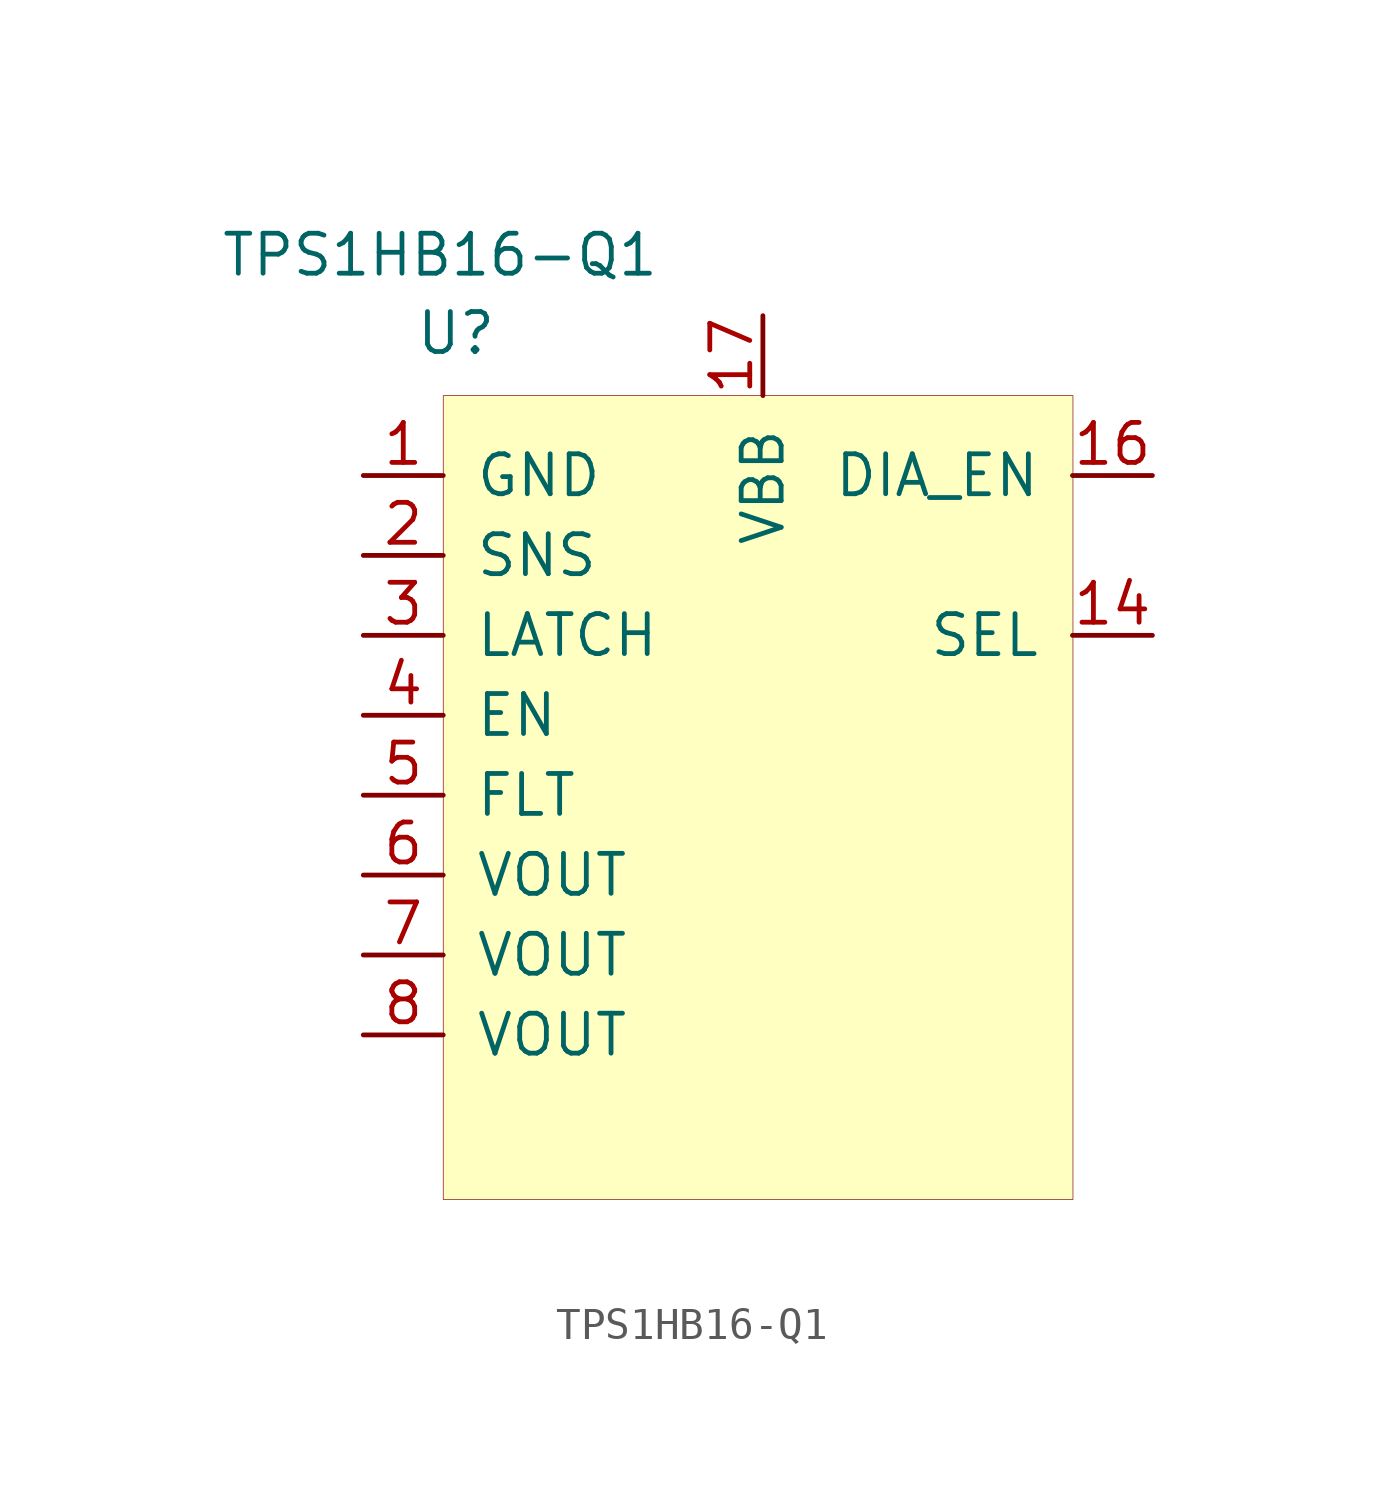
<source format=kicad_sym>
(kicad_symbol_lib
  (version 20201005)
  (generator kicad_symbol_editor)
  (symbol "CustomDriver:TPS1HB16-Q1"
    (pin_names
      (offset 1))
    (property "Reference" "U"
      (at 0.406 1.981 0)
      (effects (font (size 1.27 1.27))))
    (property "Value" "TPS1HB16-Q1"
      (at -0.102 4.47 0)
      (effects (font (size 1.27 1.27))))
    (symbol "TPS1HB16-Q1_0_1"
      (rectangle (start 0 0) (end 20.015 -25.552) (stroke (width 0.001)) (fill (type background))))
    (symbol "TPS1HB16-Q1_1_1"
      (pin output line (at -2.54 -2.54 0) (length 2.54) (name "GND" (effects (font (size 1.27 1.27)))) (number "1" (effects (font (size 1.27 1.27)))))
      (pin output line (at -2.54 -5.08 0) (length 2.54) (name "SNS" (effects (font (size 1.27 1.27)))) (number "2" (effects (font (size 1.27 1.27)))))
      (pin output line (at -2.54 -7.62 0) (length 2.54) (name "LATCH" (effects (font (size 1.27 1.27)))) (number "3" (effects (font (size 1.27 1.27)))))
      (pin output line (at -2.54 -10.16 0) (length 2.54) (name "EN" (effects (font (size 1.27 1.27)))) (number "4" (effects (font (size 1.27 1.27)))))
      (pin output line (at -2.54 -12.7 0) (length 2.54) (name "FLT" (effects (font (size 1.27 1.27)))) (number "5" (effects (font (size 1.27 1.27)))))
      (pin output line (at -2.54 -15.24 0) (length 2.54) (name "VOUT" (effects (font (size 1.27 1.27)))) (number "6" (effects (font (size 1.27 1.27)))))
      (pin output line (at -2.54 -17.78 0) (length 2.54) (name "VOUT" (effects (font (size 1.27 1.27)))) (number "7" (effects (font (size 1.27 1.27)))))
      (pin power_out line (at -2.54 -20.32 0) (length 2.54) (name "VOUT" (effects (font (size 1.27 1.27)))) (number "8" (effects (font (size 1.27 1.27)))))
      (pin output line (at 22.54 -2.54 180) (length 2.54) (name "DIA_EN" (effects (font (size 1.27 1.27)))) (number "16" (effects (font (size 1.27 1.27)))))
      (pin output line (at 22.54 -7.62 180) (length 2.54) (name "SEL" (effects (font (size 1.27 1.27)))) (number "14" (effects (font (size 1.27 1.27)))))
      (pin power_in line (at 10.16 2.54 270) (length 2.54) (name "VBB" (effects (font (size 1.27 1.27)))) (number "17" (effects (font (size 1.27 1.27))))))))
</source>
